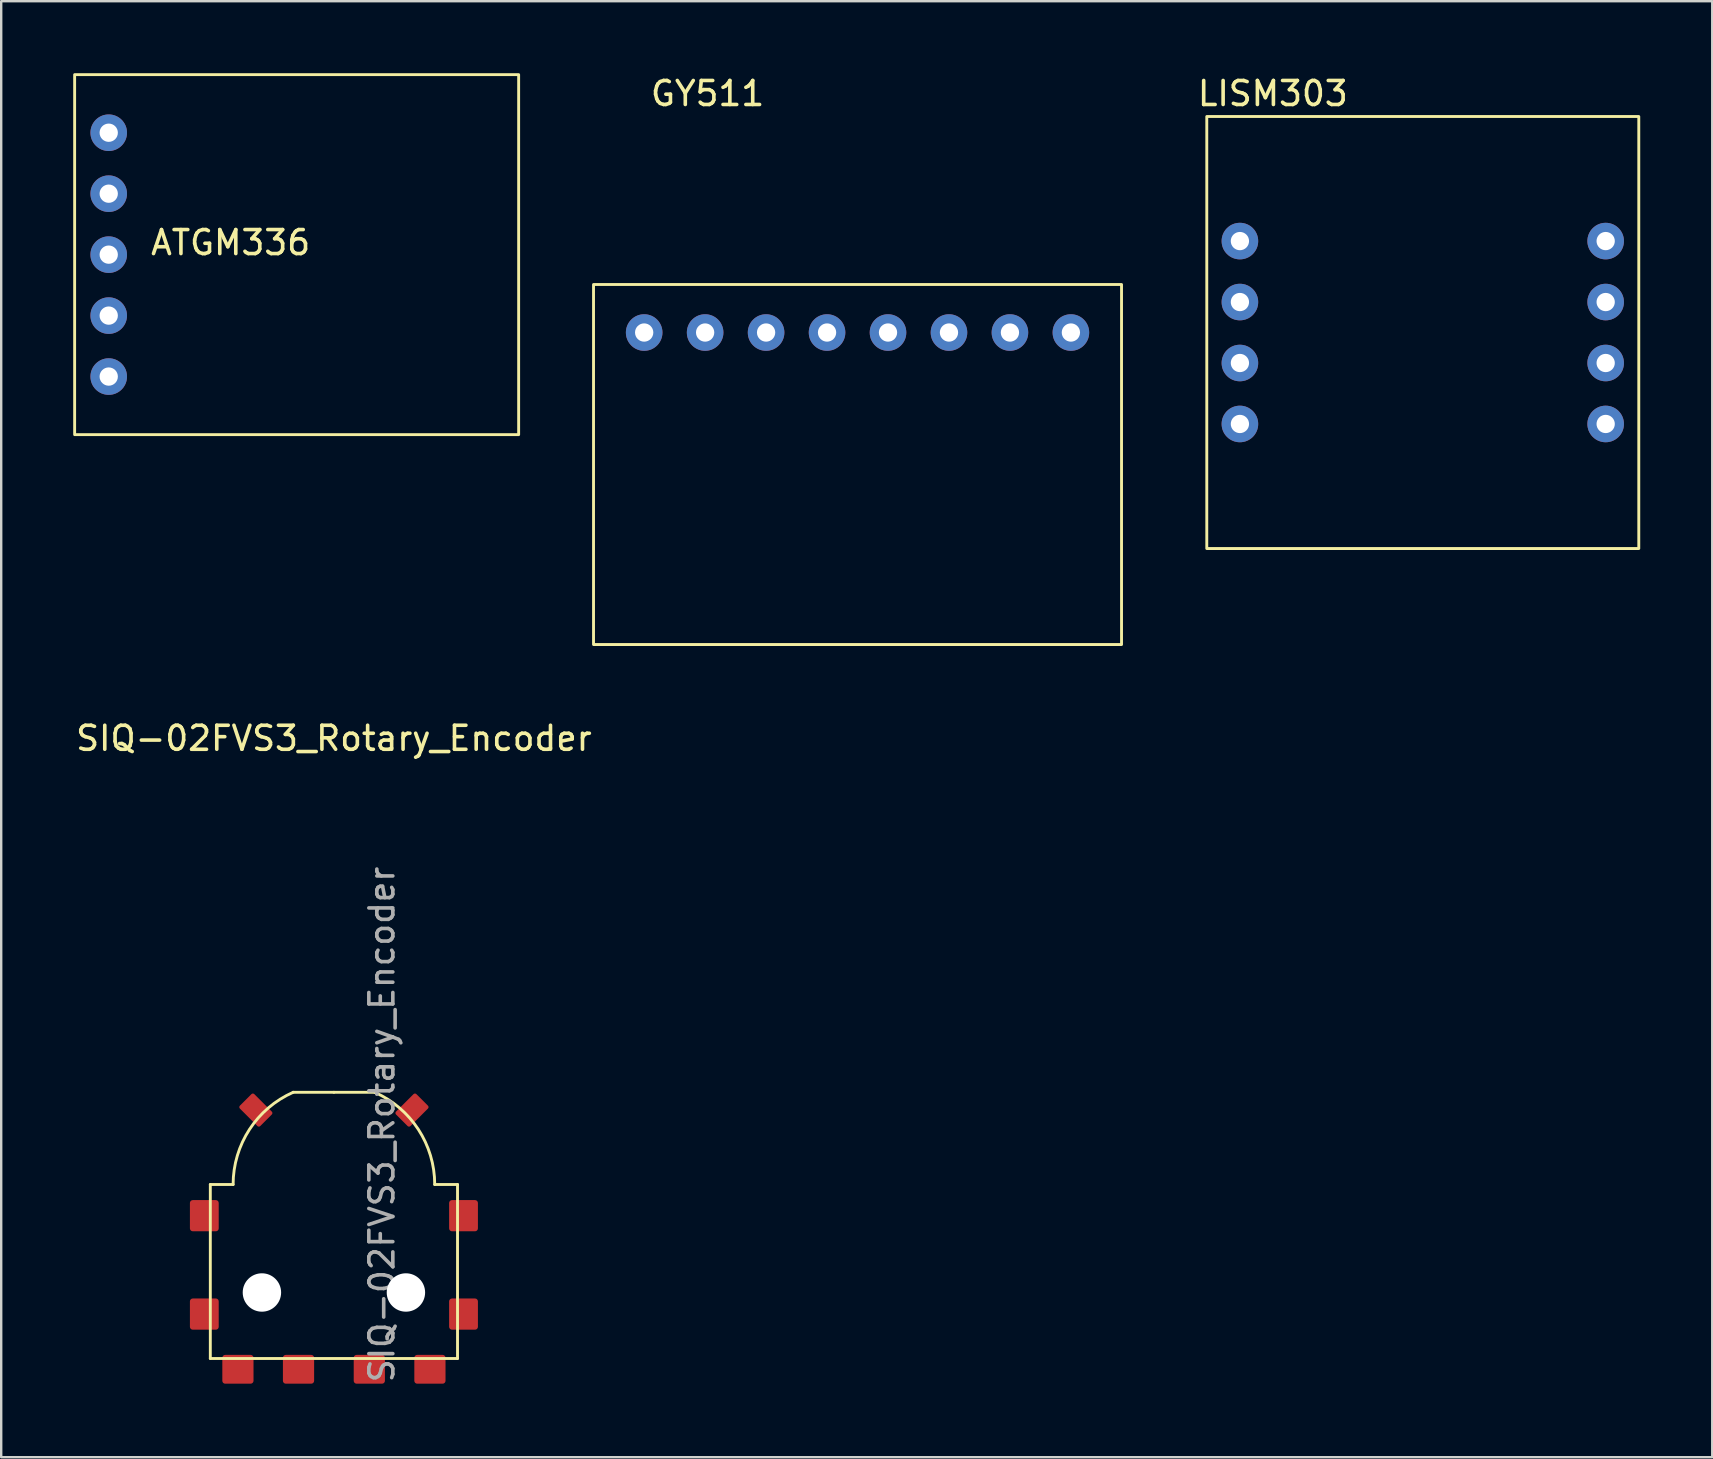
<source format=kicad_pcb>
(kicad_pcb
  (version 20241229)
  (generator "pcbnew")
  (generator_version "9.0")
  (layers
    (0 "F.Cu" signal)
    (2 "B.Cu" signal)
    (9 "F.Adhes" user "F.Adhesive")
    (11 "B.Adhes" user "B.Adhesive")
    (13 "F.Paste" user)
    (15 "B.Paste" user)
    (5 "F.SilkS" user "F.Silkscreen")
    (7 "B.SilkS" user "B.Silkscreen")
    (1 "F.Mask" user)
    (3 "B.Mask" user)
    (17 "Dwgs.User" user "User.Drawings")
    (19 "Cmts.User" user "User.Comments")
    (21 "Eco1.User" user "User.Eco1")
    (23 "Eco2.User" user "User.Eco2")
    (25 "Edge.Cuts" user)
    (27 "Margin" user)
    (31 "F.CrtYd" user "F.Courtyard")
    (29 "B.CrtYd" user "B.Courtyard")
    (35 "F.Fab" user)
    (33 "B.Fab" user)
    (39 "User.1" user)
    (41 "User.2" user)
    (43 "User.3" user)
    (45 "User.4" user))
  (footprint "SIQ-02FVS3_Rotary_Encoder"
    (layer "F.Cu")
    (at 10.863 46.303)
    (property "Reference" "SIQ-02FVS3_Rotary_Encoder" (at 0 -18.59 0) (unlocked yes) (layer "F.SilkS") (effects (font (size 1 1) (thickness 0.15))))
    (attr smd)
    (fp_line (start -5.15 0) (end -5.15 7.25) (stroke (width 0.12) (type default)) (layer "F.SilkS"))
    (fp_line (start -5.15 7.25) (end 5.15 7.25) (stroke (width 0.12) (type default)) (layer "F.SilkS"))
    (fp_line (start -4.2 0) (end -5.15 0) (stroke (width 0.12) (type default)) (layer "F.SilkS"))
    (fp_line (start 0 -3.842) (end -1.697 -3.842) (stroke (width 0.12) (type default)) (layer "F.SilkS"))
    (fp_line (start 0 -3.842) (end 1.697 -3.842) (stroke (width 0.12) (type default)) (layer "F.SilkS"))
    (fp_line (start 5.15 0) (end 4.2 0) (stroke (width 0.12) (type default)) (layer "F.SilkS"))
    (fp_line (start 5.15 7.25) (end 5.15 0) (stroke (width 0.12) (type default)) (layer "F.SilkS"))
    (fp_arc (start -4.199999 0) (mid -3.518903 -2.292883) (end -1.696517 -3.842113) (stroke (width 0.12) (type default)) (layer "F.SilkS"))
    (fp_arc (start 1.696517 -3.842113) (mid 3.518905 -2.292884) (end 4.199999 0) (stroke (width 0.12) (type default)) (layer "F.SilkS"))
    (fp_circle (center 0 0) (end 7.25 0) (stroke (width 0.12) (type default)) (fill no) (layer "User.6"))
    (fp_text user "${REFERENCE}" (at 2 -2.5 270) (layer "F.Fab") (effects (font (size 1 1) (thickness 0.15))))
    (pad "" np_thru_hole circle (at -3 4.5) (size 1.6 1.6) (drill 1.6) (layers "*.Cu" "*.Mask"))
    (pad "" np_thru_hole circle (at 3 4.5) (size 1.6 1.6) (drill 1.6) (layers "*.Cu" "*.Mask"))
    (pad "0" smd roundrect (at -5.4 1.3 90) (size 1.3 1.2) (layers "F.Cu" "F.Mask" "F.Paste") (roundrect_rratio 0.1))
    (pad "0" smd roundrect (at -5.4 5.4 90) (size 1.3 1.2) (layers "F.Cu" "F.Mask" "F.Paste") (roundrect_rratio 0.1))
    (pad "0" smd roundrect (at -3.253 -3.1 225) (size 0.85 1.2) (layers "F.Cu" "F.Mask" "F.Paste") (roundrect_rratio 0.1))
    (pad "0" smd roundrect (at 3.253 -3.1 315) (size 0.85 1.2) (layers "F.Cu" "F.Mask" "F.Paste") (roundrect_rratio 0.1))
    (pad "0" smd roundrect (at 5.4 1.3 90) (size 1.3 1.2) (layers "F.Cu" "F.Mask" "F.Paste") (roundrect_rratio 0.1))
    (pad "0" smd roundrect (at 5.4 5.4 90) (size 1.3 1.2) (layers "F.Cu" "F.Mask" "F.Paste") (roundrect_rratio 0.1))
    (pad "1" smd roundrect (at -4 7.7 180) (size 1.3 1.2) (layers "F.Cu" "F.Mask" "F.Paste") (roundrect_rratio 0.1))
    (pad "2" smd roundrect (at -1.475 7.7 180) (size 1.3 1.2) (layers "F.Cu" "F.Mask" "F.Paste") (roundrect_rratio 0.1))
    (pad "3" smd roundrect (at 1.475 7.7 180) (size 1.3 1.2) (layers "F.Cu" "F.Mask" "F.Paste") (roundrect_rratio 0.1))
    (pad "4" smd roundrect (at 4 7.7 180) (size 1.3 1.2) (layers "F.Cu" "F.Mask" "F.Paste") (roundrect_rratio 0.1)))
  (footprint "LISM303"
    (layer "F.Cu")
    (at 56.232 10.805)
    (property "Reference" "LISM303" (at -6.248 -9.957 0) (unlocked yes) (layer "F.SilkS") (effects (font (size 1 1) (thickness 0.15))))
    (attr through_hole)
    (fp_rect (start -9 -9) (end 9 9) (stroke (width 0.12) (type default)) (fill no) (layer "F.SilkS"))
    (pad "1" thru_hole circle (at -7.62 -3.81) (size 1.524 1.524) (drill 0.762) (layers "*.Cu" "*.Mask"))
    (pad "2" thru_hole circle (at -7.62 -1.27) (size 1.524 1.524) (drill 0.762) (layers "*.Cu" "*.Mask"))
    (pad "3" thru_hole circle (at -7.62 1.27) (size 1.524 1.524) (drill 0.762) (layers "*.Cu" "*.Mask"))
    (pad "4" thru_hole circle (at -7.62 3.81) (size 1.524 1.524) (drill 0.762) (layers "*.Cu" "*.Mask"))
    (pad "5" thru_hole circle (at 7.62 -3.81) (size 1.524 1.524) (drill 0.762) (layers "*.Cu" "*.Mask"))
    (pad "6" thru_hole circle (at 7.62 -1.27) (size 1.524 1.524) (drill 0.762) (layers "*.Cu" "*.Mask"))
    (pad "7" thru_hole circle (at 7.62 1.27) (size 1.524 1.524) (drill 0.762) (layers "*.Cu" "*.Mask"))
    (pad "8" thru_hole circle (at 7.62 3.81) (size 1.524 1.524) (drill 0.762) (layers "*.Cu" "*.Mask")))
  (footprint "GY511"
    (layer "F.Cu")
    (at 32.68 10.805)
    (property "Reference" "GY511" (at -6.248 -9.957 0) (unlocked yes) (layer "F.SilkS") (effects (font (size 1 1) (thickness 0.15))))
    (attr through_hole)
    (fp_rect (start -11 -2) (end 11 13) (stroke (width 0.12) (type default)) (fill no) (layer "F.SilkS"))
    (pad "1" thru_hole circle (at -8.89 0) (size 1.524 1.524) (drill 0.762) (layers "*.Cu" "*.Mask"))
    (pad "2" thru_hole circle (at -6.35 0) (size 1.524 1.524) (drill 0.762) (layers "*.Cu" "*.Mask"))
    (pad "3" thru_hole circle (at -3.81 0) (size 1.524 1.524) (drill 0.762) (layers "*.Cu" "*.Mask"))
    (pad "4" thru_hole circle (at -1.27 0) (size 1.524 1.524) (drill 0.762) (layers "*.Cu" "*.Mask"))
    (pad "5" thru_hole circle (at 1.27 0) (size 1.524 1.524) (drill 0.762) (layers "*.Cu" "*.Mask"))
    (pad "6" thru_hole circle (at 3.81 0) (size 1.524 1.524) (drill 0.762) (layers "*.Cu" "*.Mask"))
    (pad "7" thru_hole circle (at 6.35 0) (size 1.524 1.524) (drill 0.762) (layers "*.Cu" "*.Mask"))
    (pad "8" thru_hole circle (at 8.89 0) (size 1.524 1.524) (drill 0.762) (layers "*.Cu" "*.Mask")))
  (footprint "ATGM336"
    (layer "F.Cu")
    (at 6.56 7.56)
    (property "Reference" "ATGM336" (at 0 -0.5 0) (unlocked yes) (layer "F.SilkS") (effects (font (size 1 1) (thickness 0.15))))
    (attr through_hole)
    (fp_rect (start -6.5 -7.5) (end 12 7.5) (stroke (width 0.12) (type default)) (fill no) (layer "F.SilkS"))
    (pad "1" thru_hole circle (at -5.08 -5.08) (size 1.524 1.524) (drill 0.762) (layers "*.Cu" "*.Mask"))
    (pad "2" thru_hole circle (at -5.08 -2.54) (size 1.524 1.524) (drill 0.762) (layers "*.Cu" "*.Mask"))
    (pad "3" thru_hole circle (at -5.08 0) (size 1.524 1.524) (drill 0.762) (layers "*.Cu" "*.Mask"))
    (pad "4" thru_hole circle (at -5.08 2.54) (size 1.524 1.524) (drill 0.762) (layers "*.Cu" "*.Mask"))
    (pad "5" thru_hole circle (at -5.08 5.08) (size 1.524 1.524) (drill 0.762) (layers "*.Cu" "*.Mask")))
  (gr_rect
    (start -3 -3)
    (end 68.292 57.666)
    (stroke (width 0.1) (type default))
    (fill no)
    (layer "Edge.Cuts")))
</source>
